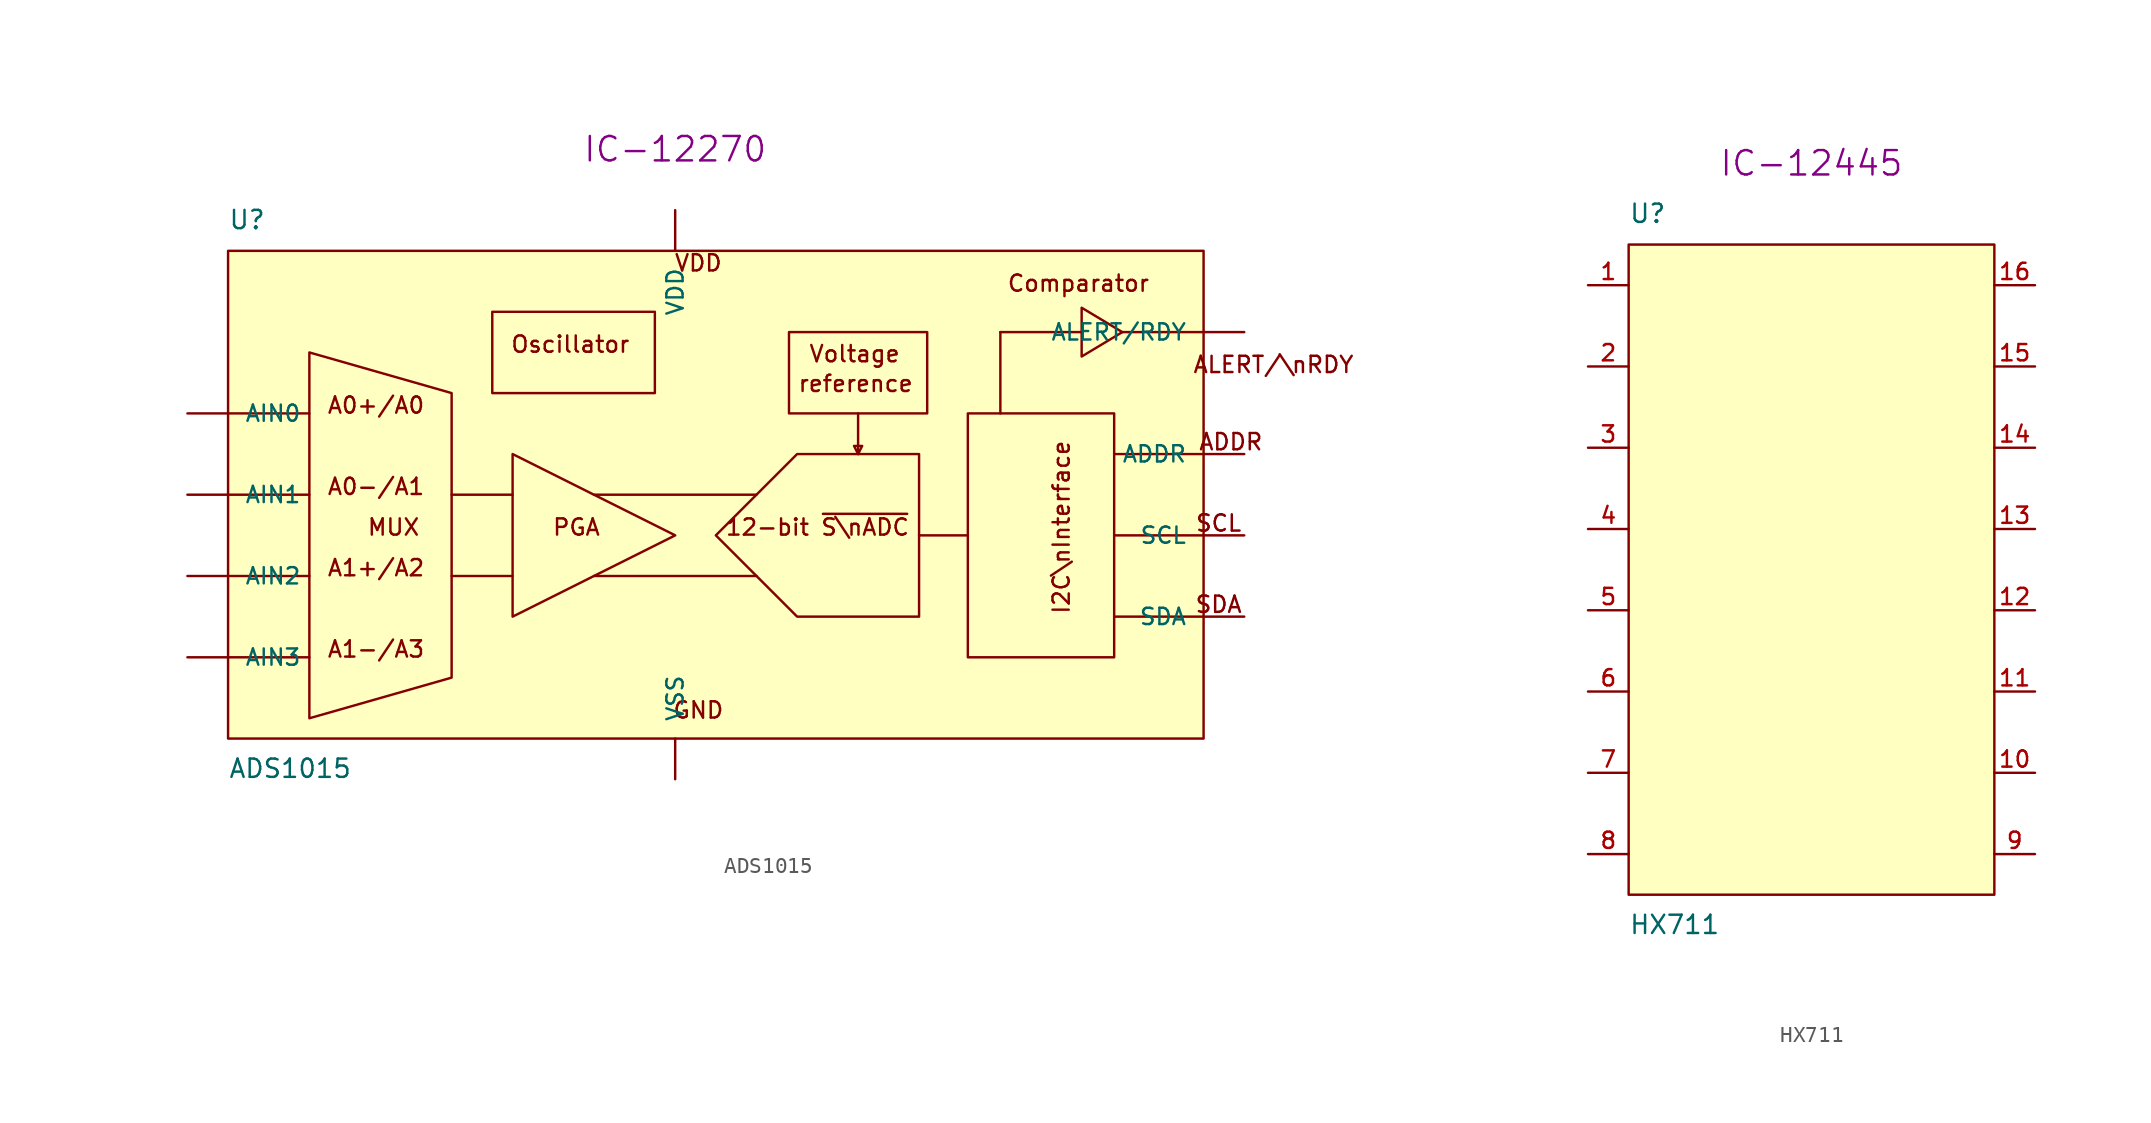
<source format=kicad_sym>
(kicad_symbol_lib
  (version 20201005)
  (generator kicad_symbol_editor)
  (symbol "ADS1015"
    (pin_numbers hide)
    (pin_names
      (offset 1.016))
    (property "Reference" "U"
      (at -27.94 16.51 0)
      (effects (font (size 1.143 1.143)) (justify left bottom)))
    (property "Value" "ADS1015"
      (at -27.94 -17.78 0)
      (effects (font (size 1.143 1.143)) (justify left bottom)))
    (property "Field4" "IC-12270"
      (at 0 21.59 0)
      (effects (font (size 1.524 1.524))))
    (property "ki_locked" ""
      (at 0 0 0)
      (effects (font (size 1.27 1.27))))
    (symbol "ADS1015_0_0"
      (text "reference" (at 7.62 6.35 0) (effects (font (size 1.016 1.016)) (justify left bottom))))
    (symbol "ADS1015_1_0"
      (text "12-bit ~S\\nADC" (at 8.89 -2.032 0) (effects (font (size 1.016 1.016))))
      (text "A0+/A0" (at -18.694 5.588 0) (effects (font (size 1.016 1.016))))
      (text "A0-/A1" (at -18.694 0.508 0) (effects (font (size 1.016 1.016))))
      (text "A1+/A2" (at -18.694 -4.572 0) (effects (font (size 1.016 1.016))))
      (text "A1-/A3" (at -18.694 -9.652 0) (effects (font (size 1.016 1.016))))
      (text "ADDR" (at 34.722 3.302 0) (effects (font (size 1.016 1.016))))
      (text "ALERT/\\nRDY" (at 37.389 8.128 0) (effects (font (size 1.016 1.016))))
      (text "Comparator" (at 25.197 13.208 0) (effects (font (size 1.016 1.016))))
      (text "GND" (at 1.448 -13.462 0) (effects (font (size 1.016 1.016))))
      (text "I2C\\nInterface" (at 24.13 -2.032 900) (effects (font (size 1.016 1.016))))
      (text "MUX" (at -17.602 -2.032 0) (effects (font (size 1.016 1.016))))
      (text "Oscillator" (at -6.553 9.398 0) (effects (font (size 1.016 1.016))))
      (text "PGA" (at -6.172 -2.032 0) (effects (font (size 1.016 1.016))))
      (text "SCL" (at 33.96 -1.778 0) (effects (font (size 1.016 1.016))))
      (text "SDA" (at 33.96 -6.858 0) (effects (font (size 1.016 1.016))))
      (text "VDD" (at 1.448 14.478 0) (effects (font (size 1.016 1.016))))
      (text "Voltage" (at 8.306 9.398 0) (effects (font (size 1.016 1.016)) (justify left top)))
      (polyline (pts (xy -27.94 -10.16) (xy -22.86 -10.16)) (stroke (width 0)) (fill (type none)))
      (polyline (pts (xy -27.94 -5.08) (xy -22.86 -5.08)) (stroke (width 0)) (fill (type none)))
      (polyline (pts (xy -27.94 0) (xy -22.86 0)) (stroke (width 0)) (fill (type none)))
      (polyline (pts (xy -27.94 5.08) (xy -22.86 5.08)) (stroke (width 0)) (fill (type none)))
      (polyline (pts (xy -13.97 -5.08) (xy -10.16 -5.08)) (stroke (width 0)) (fill (type none)))
      (polyline (pts (xy -13.97 0) (xy -10.16 0)) (stroke (width 0)) (fill (type none)))
      (polyline (pts (xy -5.08 -5.08) (xy 5.08 -5.08)) (stroke (width 0)) (fill (type none)))
      (polyline (pts (xy -5.08 0) (xy 5.08 0)) (stroke (width 0)) (fill (type none)))
      (polyline (pts (xy 11.43 5.08) (xy 11.43 2.54)) (stroke (width 0)) (fill (type none)))
      (polyline (pts (xy 15.24 -2.54) (xy 18.288 -2.54)) (stroke (width 0)) (fill (type none)))
      (polyline (pts (xy 20.32 5.08) (xy 20.32 10.16)) (stroke (width 0)) (fill (type none)))
      (polyline (pts (xy 20.32 10.16) (xy 25.4 10.16)) (stroke (width 0)) (fill (type none)))
      (polyline (pts (xy 27.432 -7.62) (xy 33.02 -7.62)) (stroke (width 0)) (fill (type none)))
      (polyline (pts (xy 27.432 -2.54) (xy 33.02 -2.54)) (stroke (width 0)) (fill (type none)))
      (polyline (pts (xy 27.432 2.54) (xy 33.02 2.54)) (stroke (width 0)) (fill (type none)))
      (polyline (pts (xy 27.94 10.16) (xy 33.02 10.16)) (stroke (width 0)) (fill (type none))))
    (symbol "ADS1015_1_1"
      (polyline (pts (xy 11.43 2.54) (xy 11.684 3.048) (xy 11.176 3.048) (xy 11.43 2.54)) (stroke (width 0)) (fill (type background)))
      (polyline (pts (xy -11.43 11.43) (xy -11.43 6.35) (xy -1.27 6.35) (xy -1.27 11.43) (xy -11.43 11.43)) (stroke (width 0)) (fill (type background)))
      (polyline (pts (xy 25.4 10.16) (xy 25.4 11.684) (xy 27.94 10.16) (xy 25.4 8.636) (xy 25.4 10.16)) (stroke (width 0)) (fill (type background)))
      (polyline (pts (xy -10.16 2.54) (xy -10.16 -7.62) (xy -5.08 -5.08) (xy 0 -2.54) (xy -5.08 0) (xy -10.16 2.54)) (stroke (width 0)) (fill (type background)))
      (polyline (pts (xy 7.112 5.08) (xy 11.43 5.08) (xy 15.748 5.08) (xy 15.748 10.16) (xy 7.112 10.16) (xy 7.112 5.08)) (stroke (width 0)) (fill (type background)))
      (polyline (pts (xy 2.54 -2.54) (xy 5.08 0) (xy 7.62 2.54) (xy 11.43 2.54) (xy 15.24 2.54) (xy 15.24 -2.54) (xy 15.24 -7.62) (xy 7.62 -7.62) (xy 5.08 -5.08) (xy 2.54 -2.54)) (stroke (width 0)) (fill (type background)))
      (polyline (pts (xy 18.288 5.08) (xy 18.288 -2.54) (xy 18.288 -10.16) (xy 27.432 -10.16) (xy 27.432 -7.62) (xy 27.432 -2.54) (xy 27.432 2.54) (xy 27.432 5.08) (xy 20.32 5.08) (xy 18.288 5.08)) (stroke (width 0)) (fill (type background)))
      (polyline (pts (xy -22.86 8.89) (xy -13.97 6.35) (xy -13.97 0) (xy -13.97 -5.08) (xy -13.97 -11.43) (xy -22.86 -13.97) (xy -22.86 -10.16) (xy -22.86 -5.08) (xy -22.86 0) (xy -22.86 5.08) (xy -22.86 8.89)) (stroke (width 0)) (fill (type background)))
      (polyline (pts (xy -27.94 15.24) (xy -27.94 5.08) (xy -27.94 0) (xy -27.94 -5.08) (xy -27.94 -10.16) (xy -27.94 -15.24) (xy 33.02 -15.24) (xy 33.02 -7.62) (xy 33.02 -2.54) (xy 33.02 2.54) (xy 33.02 10.16) (xy 33.02 15.24) (xy -27.94 15.24)) (stroke (width 0)) (fill (type background)))
      (pin bidirectional line (at 35.56 2.54 180) (length 2.54) (name "ADDR" (effects (font (size 1.016 1.016)))) (number "1" (effects (font (size 1.016 1.016)))))
      (pin bidirectional line (at 35.56 10.16 180) (length 2.54) (name "ALERT/RDY" (effects (font (size 1.016 1.016)))) (number "2" (effects (font (size 1.016 1.016)))))
      (pin bidirectional line (at 0 -17.78 90) (length 2.54) (name "VSS" (effects (font (size 1.016 1.016)))) (number "3" (effects (font (size 1.016 1.016)))))
      (pin bidirectional line (at -30.48 5.08 0) (length 2.54) (name "AIN0" (effects (font (size 1.016 1.016)))) (number "4" (effects (font (size 1.016 1.016)))))
      (pin bidirectional line (at -30.48 0 0) (length 2.54) (name "AIN1" (effects (font (size 1.016 1.016)))) (number "5" (effects (font (size 1.016 1.016)))))
      (pin bidirectional line (at -30.48 -5.08 0) (length 2.54) (name "AIN2" (effects (font (size 1.016 1.016)))) (number "6" (effects (font (size 1.016 1.016)))))
      (pin bidirectional line (at -30.48 -10.16 0) (length 2.54) (name "AIN3" (effects (font (size 1.016 1.016)))) (number "7" (effects (font (size 1.016 1.016)))))
      (pin bidirectional line (at 0 17.78 270) (length 2.54) (name "VDD" (effects (font (size 1.016 1.016)))) (number "8" (effects (font (size 1.016 1.016)))))
      (pin bidirectional line (at 35.56 -7.62 180) (length 2.54) (name "SDA" (effects (font (size 1.016 1.016)))) (number "9" (effects (font (size 1.016 1.016)))))
      (pin bidirectional line (at 35.56 -2.54 180) (length 2.54) (name "SCL" (effects (font (size 1.016 1.016)))) (number "10" (effects (font (size 1.016 1.016)))))))
  (symbol "HX711"
    (pin_names
      (offset 1.016) hide)
    (property "Reference" "U"
      (at -11.43 21.59 0)
      (effects (font (size 1.143 1.143)) (justify left bottom)))
    (property "Value" "HX711"
      (at -11.43 -22.86 0)
      (effects (font (size 1.143 1.143)) (justify left bottom)))
    (property "Field4" "IC-12445"
      (at 0 25.4 0)
      (effects (font (size 1.524 1.524))))
    (property "ki_locked" ""
      (at 0 0 0)
      (effects (font (size 1.27 1.27))))
    (symbol "HX711_1_1"
      (polyline (pts (xy -11.43 20.32) (xy 11.43 20.32) (xy 11.43 -20.32) (xy -11.43 -20.32) (xy -11.43 20.32)) (stroke (width 0)) (fill (type background)))
      (pin bidirectional line (at -13.97 17.78 0) (length 2.54) (name "VSUP" (effects (font (size 1.016 1.016)))) (number "1" (effects (font (size 1.016 1.016)))))
      (pin bidirectional line (at -13.97 12.7 0) (length 2.54) (name "BASE" (effects (font (size 1.016 1.016)))) (number "2" (effects (font (size 1.016 1.016)))))
      (pin bidirectional line (at -13.97 7.62 0) (length 2.54) (name "AVDD" (effects (font (size 1.016 1.016)))) (number "3" (effects (font (size 1.016 1.016)))))
      (pin bidirectional line (at -13.97 2.54 0) (length 2.54) (name "VFB" (effects (font (size 1.016 1.016)))) (number "4" (effects (font (size 1.016 1.016)))))
      (pin bidirectional line (at -13.97 -2.54 0) (length 2.54) (name "AGND" (effects (font (size 1.016 1.016)))) (number "5" (effects (font (size 1.016 1.016)))))
      (pin bidirectional line (at -13.97 -7.62 0) (length 2.54) (name "VBG" (effects (font (size 1.016 1.016)))) (number "6" (effects (font (size 1.016 1.016)))))
      (pin bidirectional line (at -13.97 -12.7 0) (length 2.54) (name "INA-" (effects (font (size 1.016 1.016)))) (number "7" (effects (font (size 1.016 1.016)))))
      (pin bidirectional line (at -13.97 -17.78 0) (length 2.54) (name "INA+" (effects (font (size 1.016 1.016)))) (number "8" (effects (font (size 1.016 1.016)))))
      (pin bidirectional line (at 13.97 -17.78 180) (length 2.54) (name "INB-" (effects (font (size 1.016 1.016)))) (number "9" (effects (font (size 1.016 1.016)))))
      (pin bidirectional line (at 13.97 -12.7 180) (length 2.54) (name "INB+" (effects (font (size 1.016 1.016)))) (number "10" (effects (font (size 1.016 1.016)))))
      (pin bidirectional line (at 13.97 -7.62 180) (length 2.54) (name "PD_SCK" (effects (font (size 1.016 1.016)))) (number "11" (effects (font (size 1.016 1.016)))))
      (pin bidirectional line (at 13.97 -2.54 180) (length 2.54) (name "DOUT" (effects (font (size 1.016 1.016)))) (number "12" (effects (font (size 1.016 1.016)))))
      (pin bidirectional line (at 13.97 2.54 180) (length 2.54) (name "XO" (effects (font (size 1.016 1.016)))) (number "13" (effects (font (size 1.016 1.016)))))
      (pin bidirectional line (at 13.97 7.62 180) (length 2.54) (name "XI" (effects (font (size 1.016 1.016)))) (number "14" (effects (font (size 1.016 1.016)))))
      (pin bidirectional line (at 13.97 12.7 180) (length 2.54) (name "RATE" (effects (font (size 1.016 1.016)))) (number "15" (effects (font (size 1.016 1.016)))))
      (pin bidirectional line (at 13.97 17.78 180) (length 2.54) (name "DVDD" (effects (font (size 1.016 1.016)))) (number "16" (effects (font (size 1.016 1.016))))))))
</source>
